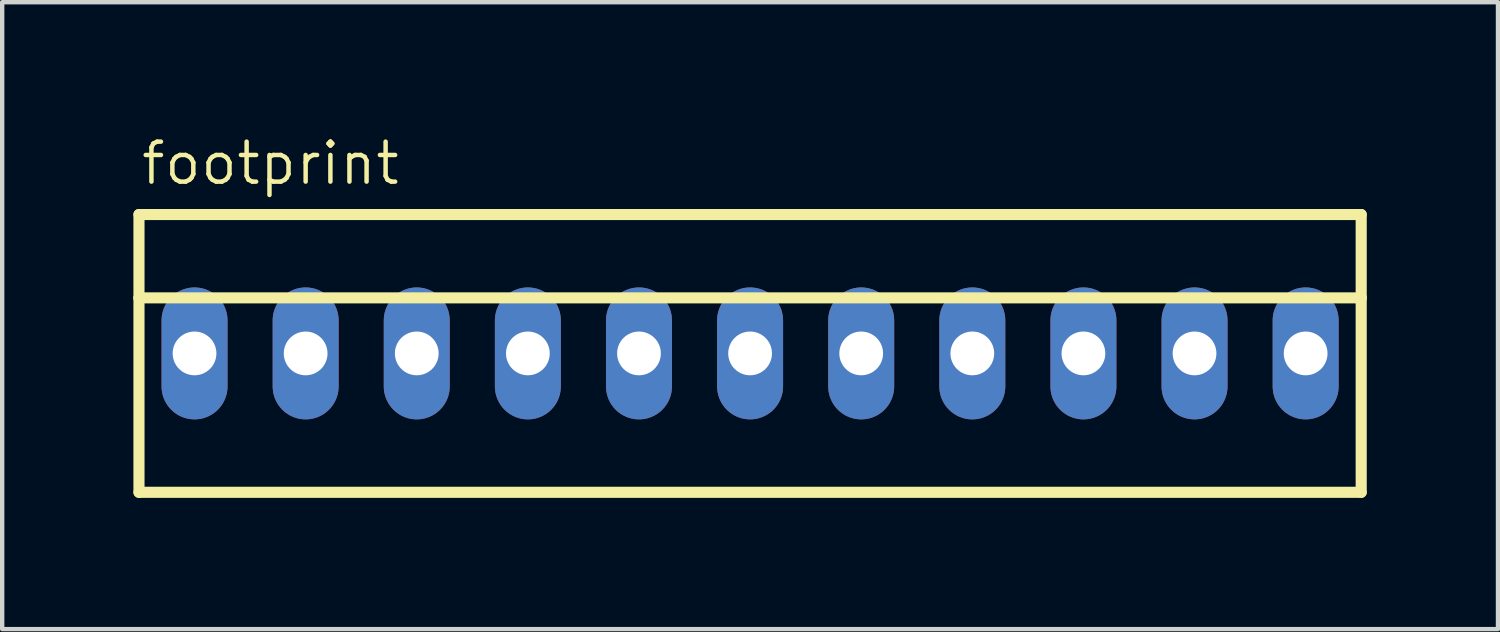
<source format=kicad_pcb>
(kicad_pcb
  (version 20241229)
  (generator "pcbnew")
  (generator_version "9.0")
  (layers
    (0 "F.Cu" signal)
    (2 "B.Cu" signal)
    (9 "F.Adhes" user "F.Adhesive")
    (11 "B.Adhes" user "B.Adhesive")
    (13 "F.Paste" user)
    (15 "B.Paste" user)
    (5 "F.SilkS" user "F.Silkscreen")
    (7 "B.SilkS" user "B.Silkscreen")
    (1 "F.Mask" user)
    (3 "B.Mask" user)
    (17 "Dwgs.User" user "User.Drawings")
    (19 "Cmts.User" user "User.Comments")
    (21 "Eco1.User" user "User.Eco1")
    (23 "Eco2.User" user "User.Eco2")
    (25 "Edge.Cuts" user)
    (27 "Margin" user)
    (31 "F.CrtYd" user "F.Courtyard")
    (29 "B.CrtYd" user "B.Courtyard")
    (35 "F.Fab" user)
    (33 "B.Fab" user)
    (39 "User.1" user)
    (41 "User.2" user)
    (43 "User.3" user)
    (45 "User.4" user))
  (footprint "footprint"
    (layer "F.Cu")
    (at 14.097 5.029)
    (property "Reference" "footprint" (at -13.97 -3.81 0) (layer "F.SilkS") (effects (font (size 0.914 0.914) (thickness 0.102)) (justify left bottom)))
    (fp_line (start -13.97 -3.175) (end 13.97 -3.175) (stroke (width 0.254) (type solid)) (layer "F.SilkS"))
    (fp_line (start -13.97 -1.27) (end -13.97 -3.175) (stroke (width 0.254) (type solid)) (layer "F.SilkS"))
    (fp_line (start -13.97 -1.27) (end 13.97 -1.27) (stroke (width 0.254) (type solid)) (layer "F.SilkS"))
    (fp_line (start -13.97 3.175) (end -13.97 -1.27) (stroke (width 0.254) (type solid)) (layer "F.SilkS"))
    (fp_line (start 13.97 -3.175) (end 13.97 -1.27) (stroke (width 0.254) (type solid)) (layer "F.SilkS"))
    (fp_line (start 13.97 -1.27) (end 13.97 3.175) (stroke (width 0.254) (type solid)) (layer "F.SilkS"))
    (fp_line (start 13.97 3.175) (end -13.97 3.175) (stroke (width 0.254) (type solid)) (layer "F.SilkS"))
    (pad "1" thru_hole oval (at -12.7 0 90) (size 3.016 1.508) (drill 1) (layers "*.Cu" "*.Mask"))
    (pad "2" thru_hole oval (at -10.16 0 90) (size 3.016 1.508) (drill 1) (layers "*.Cu" "*.Mask"))
    (pad "3" thru_hole oval (at -7.62 0 90) (size 3.016 1.508) (drill 1) (layers "*.Cu" "*.Mask"))
    (pad "4" thru_hole oval (at -5.08 0 90) (size 3.016 1.508) (drill 1) (layers "*.Cu" "*.Mask"))
    (pad "5" thru_hole oval (at -2.54 0 90) (size 3.016 1.508) (drill 1) (layers "*.Cu" "*.Mask"))
    (pad "6" thru_hole oval (at 0 0 90) (size 3.016 1.508) (drill 1) (layers "*.Cu" "*.Mask"))
    (pad "7" thru_hole oval (at 2.54 0 90) (size 3.016 1.508) (drill 1) (layers "*.Cu" "*.Mask"))
    (pad "8" thru_hole oval (at 5.08 0 90) (size 3.016 1.508) (drill 1) (layers "*.Cu" "*.Mask"))
    (pad "9" thru_hole oval (at 7.62 0 90) (size 3.016 1.508) (drill 1) (layers "*.Cu" "*.Mask"))
    (pad "10" thru_hole oval (at 10.16 0 90) (size 3.016 1.508) (drill 1) (layers "*.Cu" "*.Mask"))
    (pad "11" thru_hole oval (at 12.7 0 90) (size 3.016 1.508) (drill 1) (layers "*.Cu" "*.Mask")))
  (gr_rect
    (start -3 -3)
    (end 31.194 11.331)
    (stroke (width 0.1) (type default))
    (fill no)
    (layer "Edge.Cuts")))
</source>
